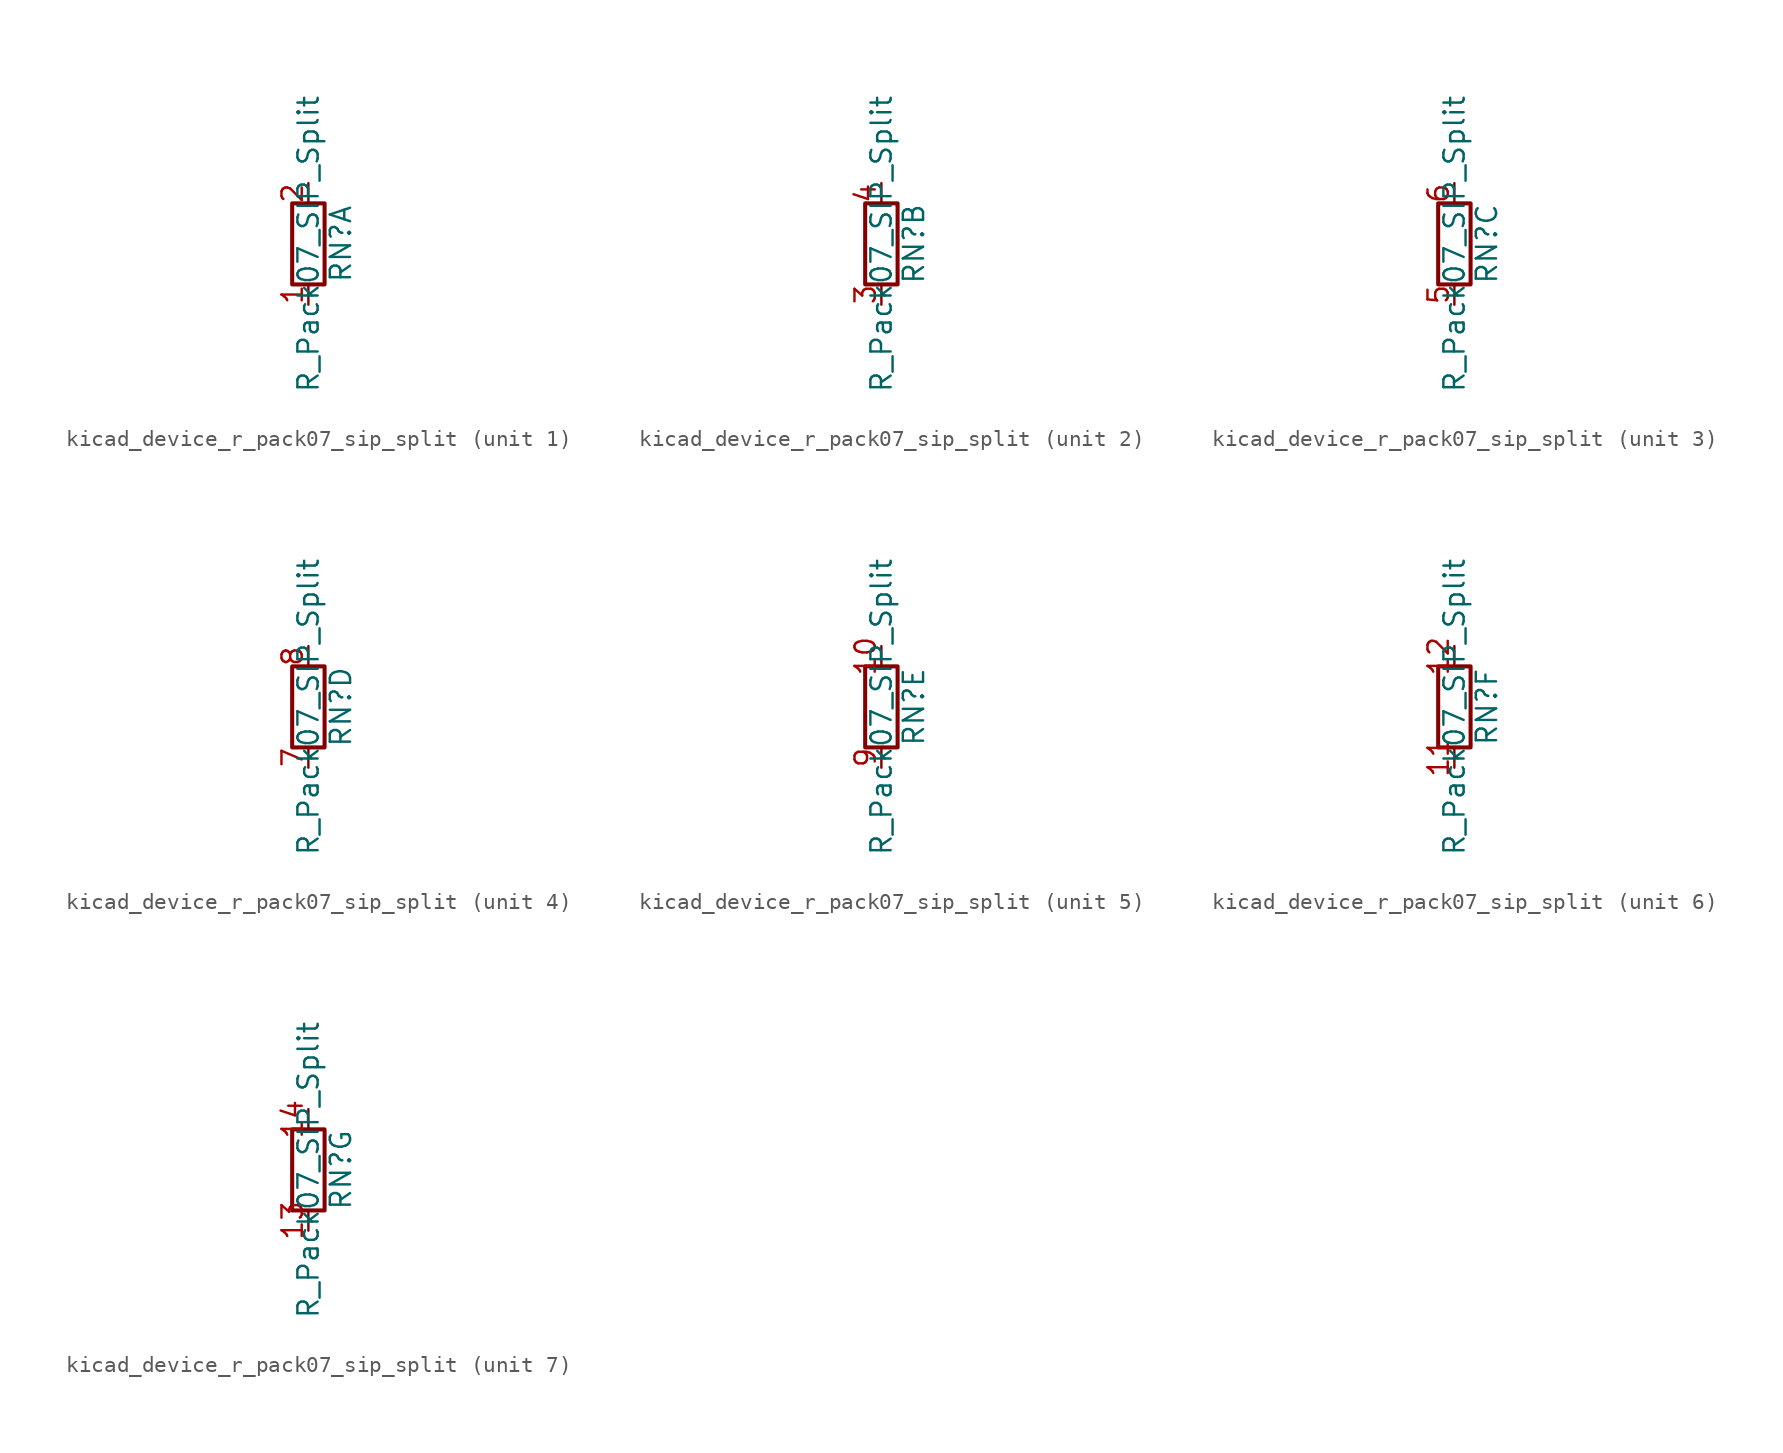
<source format=kicad_sym>
(kicad_symbol_lib
  (version 20220914)
  (generator kicad_symbol_editor)
  (symbol "kicad_device_r_pack07_sip_split"
    (pin_names
      (offset 0) hide)
    (property "Reference" "RN"
      (at 2.032 0 90)
      (effects (font (size 1.27 1.27))))
    (property "Value" "R_Pack07_SIP_Split"
      (at 0 0 90)
      (effects (font (size 1.27 1.27))))
    (symbol "kicad_device_r_pack07_sip_split_0_1"
      (rectangle (start 1.016 2.54) (end -1.016 -2.54) (stroke (width 0.254) (type default)) (fill (type none))))
    (symbol "kicad_device_r_pack07_sip_split_1_1"
      (pin passive line (at 0 -3.81 90) (length 1.27) (name "R1.1" (effects (font (size 1.27 1.27)))) (number "1" (effects (font (size 1.27 1.27)))))
      (pin passive line (at 0 3.81 270) (length 1.27) (name "R1.2" (effects (font (size 1.27 1.27)))) (number "2" (effects (font (size 1.27 1.27))))))
    (symbol "kicad_device_r_pack07_sip_split_2_1"
      (pin passive line (at 0 -3.81 90) (length 1.27) (name "R2.1" (effects (font (size 1.27 1.27)))) (number "3" (effects (font (size 1.27 1.27)))))
      (pin passive line (at 0 3.81 270) (length 1.27) (name "R2.2" (effects (font (size 1.27 1.27)))) (number "4" (effects (font (size 1.27 1.27))))))
    (symbol "kicad_device_r_pack07_sip_split_3_1"
      (pin passive line (at 0 -3.81 90) (length 1.27) (name "R3.1" (effects (font (size 1.27 1.27)))) (number "5" (effects (font (size 1.27 1.27)))))
      (pin passive line (at 0 3.81 270) (length 1.27) (name "R3.2" (effects (font (size 1.27 1.27)))) (number "6" (effects (font (size 1.27 1.27))))))
    (symbol "kicad_device_r_pack07_sip_split_4_1"
      (pin passive line (at 0 -3.81 90) (length 1.27) (name "R4.1" (effects (font (size 1.27 1.27)))) (number "7" (effects (font (size 1.27 1.27)))))
      (pin passive line (at 0 3.81 270) (length 1.27) (name "R4.2" (effects (font (size 1.27 1.27)))) (number "8" (effects (font (size 1.27 1.27))))))
    (symbol "kicad_device_r_pack07_sip_split_5_1"
      (pin passive line (at 0 3.81 270) (length 1.27) (name "R5.2" (effects (font (size 1.27 1.27)))) (number "10" (effects (font (size 1.27 1.27)))))
      (pin passive line (at 0 -3.81 90) (length 1.27) (name "R5.1" (effects (font (size 1.27 1.27)))) (number "9" (effects (font (size 1.27 1.27))))))
    (symbol "kicad_device_r_pack07_sip_split_6_1"
      (pin passive line (at 0 -3.81 90) (length 1.27) (name "R6.1" (effects (font (size 1.27 1.27)))) (number "11" (effects (font (size 1.27 1.27)))))
      (pin passive line (at 0 3.81 270) (length 1.27) (name "R6.2" (effects (font (size 1.27 1.27)))) (number "12" (effects (font (size 1.27 1.27))))))
    (symbol "kicad_device_r_pack07_sip_split_7_1"
      (pin passive line (at 0 -3.81 90) (length 1.27) (name "R7.1" (effects (font (size 1.27 1.27)))) (number "13" (effects (font (size 1.27 1.27)))))
      (pin passive line (at 0 3.81 270) (length 1.27) (name "R7.2" (effects (font (size 1.27 1.27)))) (number "14" (effects (font (size 1.27 1.27))))))))
</source>
